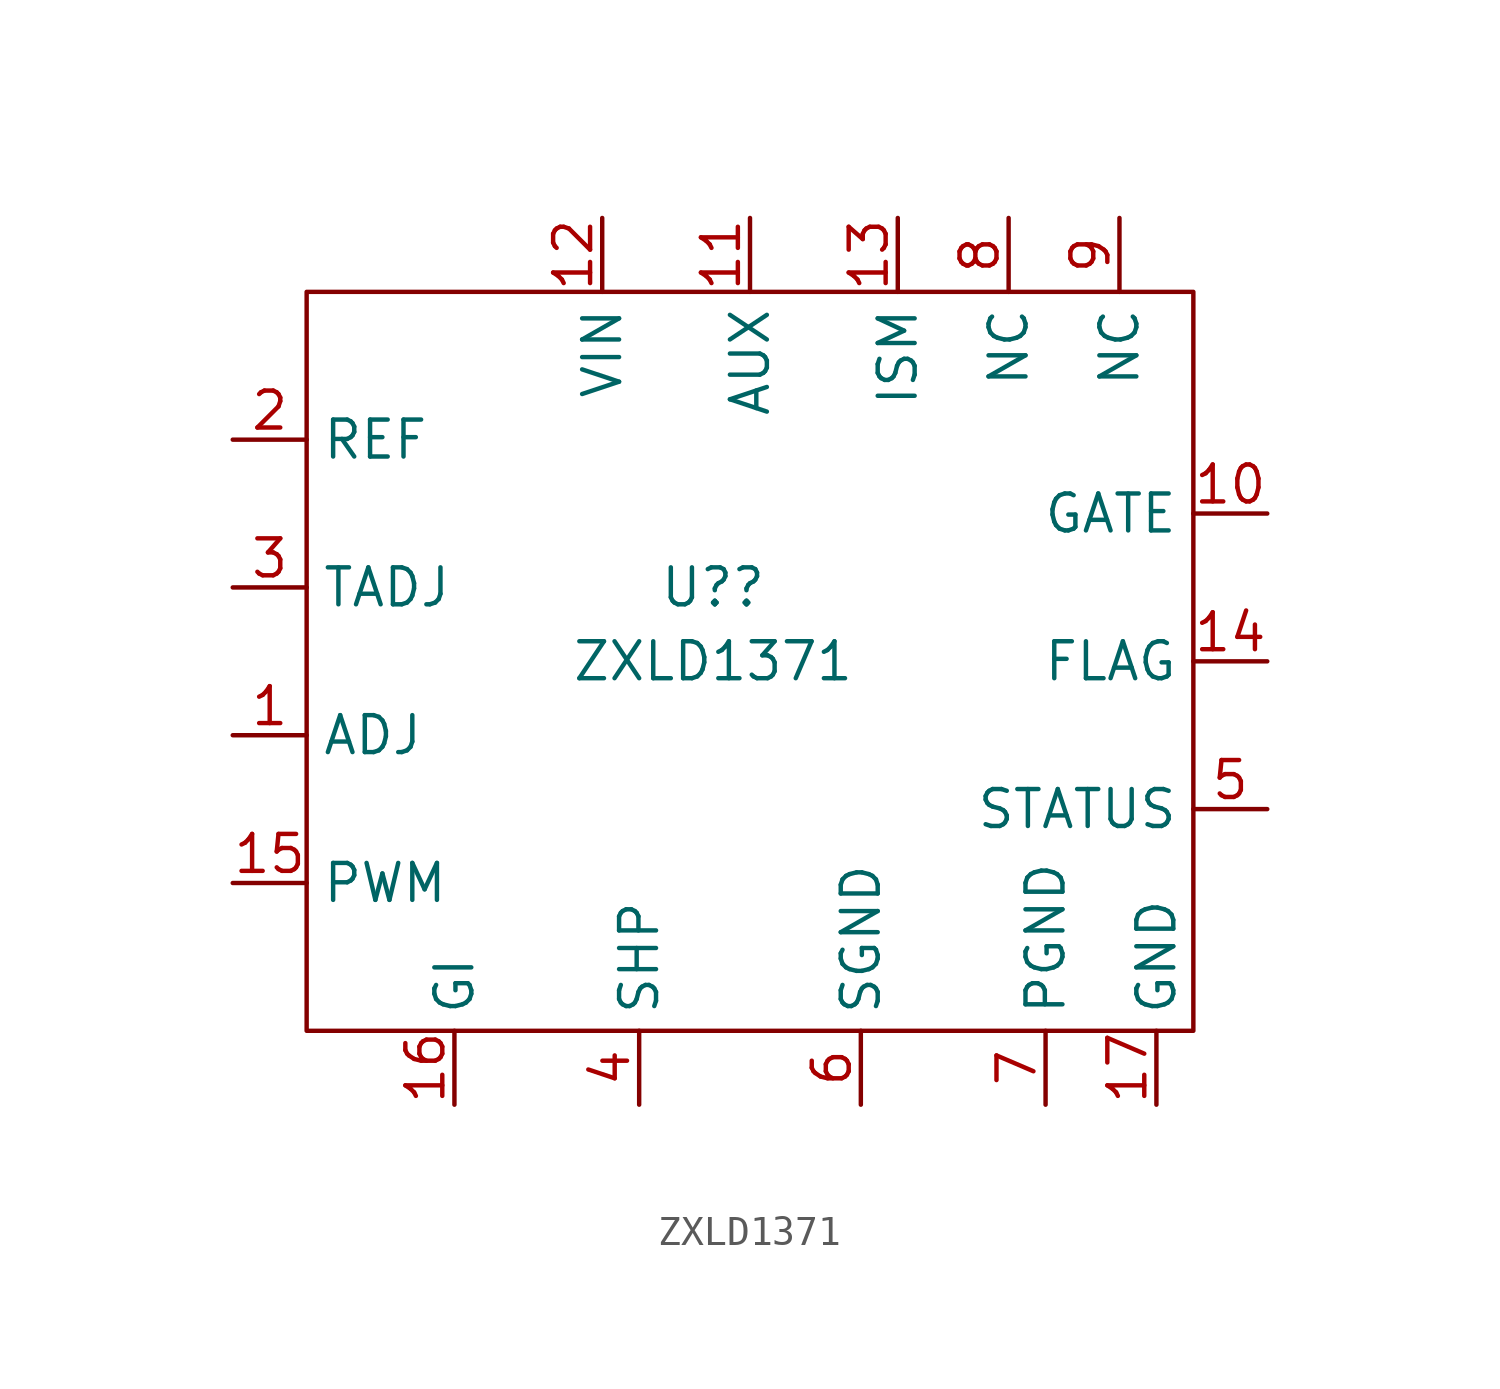
<source format=kicad_sym>
(kicad_symbol_lib
  (version 20211014)
  (generator kicad_symbol_editor)
  (symbol "ZXLD1371"
    (property "Reference" "U?"
      (at -1.27 2.54 0)
      (effects (font (size 1.27 1.27))))
    (property "Value" "ZXLD1371"
      (at -1.27 0 0)
      (effects (font (size 1.27 1.27))))
    (symbol "ZXLD1371_0_1"
      (rectangle (start -15.24 12.7) (end 15.24 -12.7) (stroke (width 0) (type default) (color 0 0 0 0)) (fill (type none))))
    (symbol "ZXLD1371_1_1"
      (pin input line (at -17.78 -2.54 0) (length 2.54) (name "ADJ" (effects (font (size 1.27 1.27)))) (number "1" (effects (font (size 1.27 1.27)))))
      (pin input line (at 17.78 5.08 180) (length 2.54) (name "GATE" (effects (font (size 1.27 1.27)))) (number "10" (effects (font (size 1.27 1.27)))))
      (pin input line (at 0 15.24 270) (length 2.54) (name "AUX" (effects (font (size 1.27 1.27)))) (number "11" (effects (font (size 1.27 1.27)))))
      (pin input line (at -5.08 15.24 270) (length 2.54) (name "VIN" (effects (font (size 1.27 1.27)))) (number "12" (effects (font (size 1.27 1.27)))))
      (pin input line (at 5.08 15.24 270) (length 2.54) (name "ISM" (effects (font (size 1.27 1.27)))) (number "13" (effects (font (size 1.27 1.27)))))
      (pin input line (at 17.78 0 180) (length 2.54) (name "FLAG" (effects (font (size 1.27 1.27)))) (number "14" (effects (font (size 1.27 1.27)))))
      (pin input line (at -17.78 -7.62 0) (length 2.54) (name "PWM" (effects (font (size 1.27 1.27)))) (number "15" (effects (font (size 1.27 1.27)))))
      (pin input line (at -10.16 -15.24 90) (length 2.54) (name "GI" (effects (font (size 1.27 1.27)))) (number "16" (effects (font (size 1.27 1.27)))))
      (pin input line (at 13.97 -15.24 90) (length 2.54) (name "GND" (effects (font (size 1.27 1.27)))) (number "17" (effects (font (size 1.27 1.27)))))
      (pin input line (at -17.78 7.62 0) (length 2.54) (name "REF" (effects (font (size 1.27 1.27)))) (number "2" (effects (font (size 1.27 1.27)))))
      (pin input line (at -17.78 2.54 0) (length 2.54) (name "TADJ" (effects (font (size 1.27 1.27)))) (number "3" (effects (font (size 1.27 1.27)))))
      (pin input line (at -3.81 -15.24 90) (length 2.54) (name "SHP" (effects (font (size 1.27 1.27)))) (number "4" (effects (font (size 1.27 1.27)))))
      (pin input line (at 17.78 -5.08 180) (length 2.54) (name "STATUS" (effects (font (size 1.27 1.27)))) (number "5" (effects (font (size 1.27 1.27)))))
      (pin input line (at 3.81 -15.24 90) (length 2.54) (name "SGND" (effects (font (size 1.27 1.27)))) (number "6" (effects (font (size 1.27 1.27)))))
      (pin input line (at 10.16 -15.24 90) (length 2.54) (name "PGND" (effects (font (size 1.27 1.27)))) (number "7" (effects (font (size 1.27 1.27)))))
      (pin input line (at 8.89 15.24 270) (length 2.54) (name "NC" (effects (font (size 1.27 1.27)))) (number "8" (effects (font (size 1.27 1.27)))))
      (pin input line (at 12.7 15.24 270) (length 2.54) (name "NC" (effects (font (size 1.27 1.27)))) (number "9" (effects (font (size 1.27 1.27))))))))
</source>
